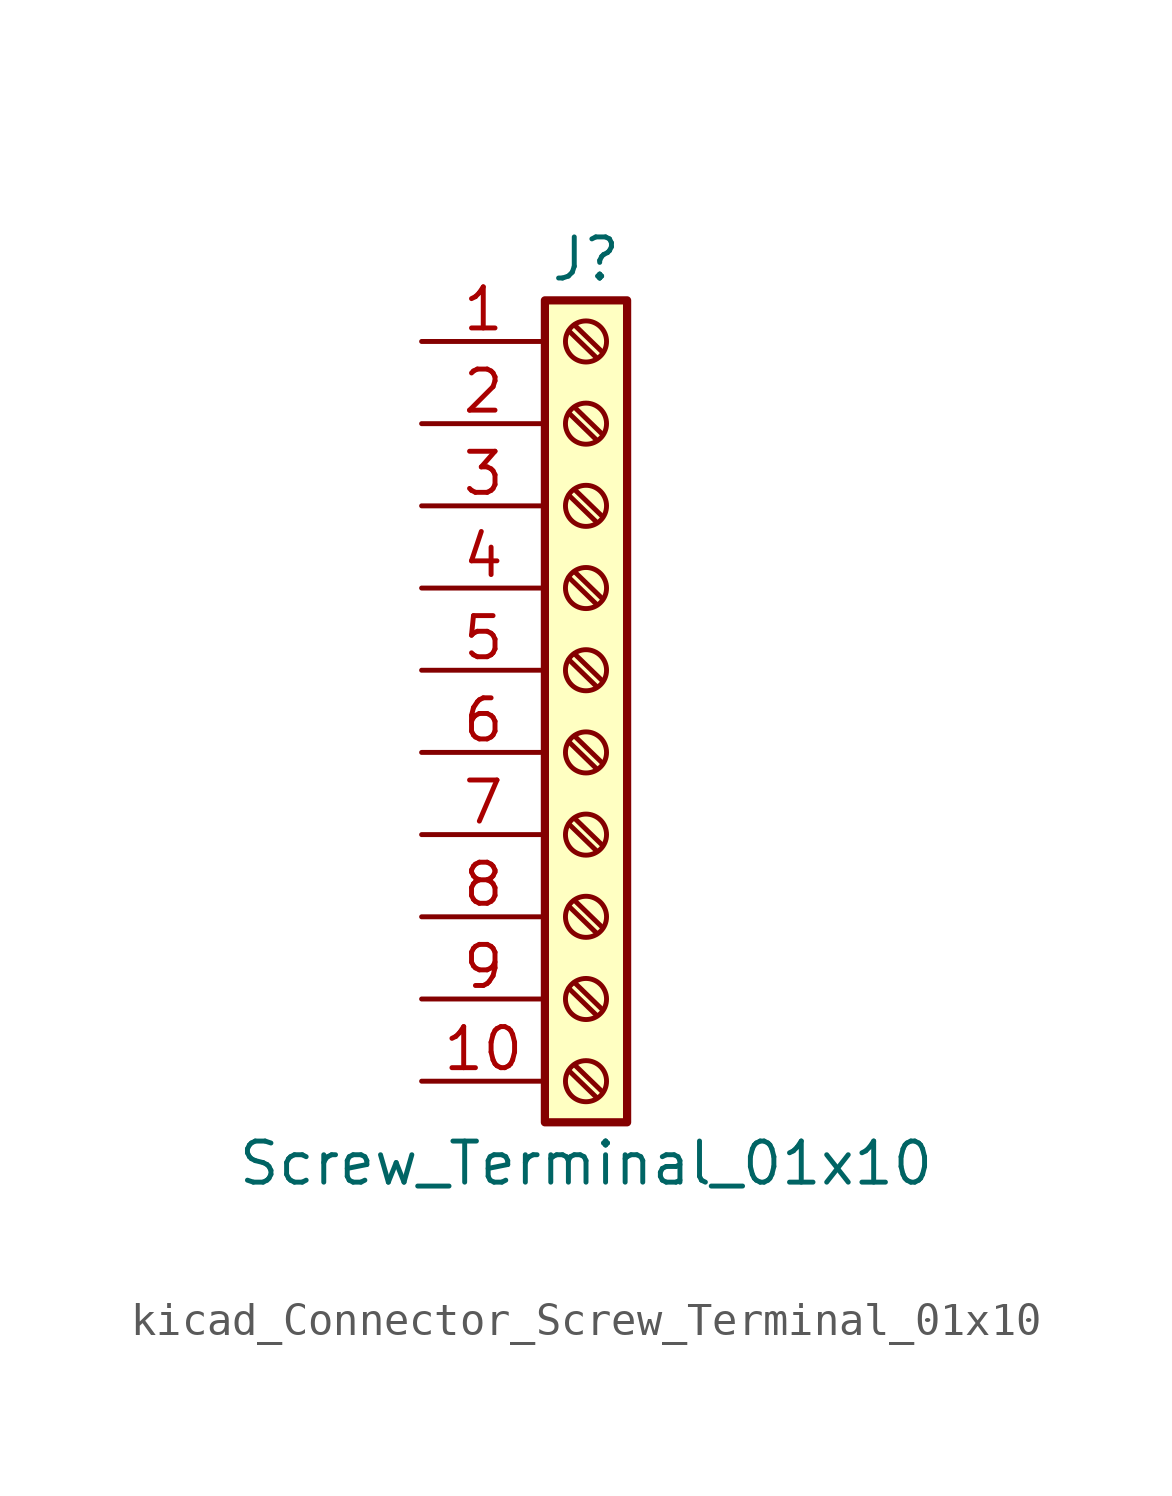
<source format=kicad_sym>
(kicad_symbol_lib
  (version 20220914)
  (generator kicad_symbol_editor)
  (symbol "kicad_Connector_Screw_Terminal_01x10"
    (pin_names
      (offset 1.016) hide)
    (property "Reference" "J"
      (at 0 12.7 0)
      (effects (font (size 1.27 1.27))))
    (property "Value" "Screw_Terminal_01x10"
      (at 0 -15.24 0)
      (effects (font (size 1.27 1.27))))
    (symbol "kicad_Connector_Screw_Terminal_01x10_1_1"
      (rectangle (start -1.27 11.43) (end 1.27 -13.97) (stroke (width 0.254) (type default)) (fill (type background)))
      (circle (center 0 -12.7) (radius 0.635) (stroke (width 0.152) (type default)) (fill (type none)))
      (circle (center 0 -10.16) (radius 0.635) (stroke (width 0.152) (type default)) (fill (type none)))
      (circle (center 0 -7.62) (radius 0.635) (stroke (width 0.152) (type default)) (fill (type none)))
      (circle (center 0 -5.08) (radius 0.635) (stroke (width 0.152) (type default)) (fill (type none)))
      (circle (center 0 -2.54) (radius 0.635) (stroke (width 0.152) (type default)) (fill (type none)))
      (polyline (pts (xy -0.533 -12.37) (xy 0.33 -13.208)) (stroke (width 0.152) (type default)) (fill (type none)))
      (polyline (pts (xy -0.533 -9.83) (xy 0.33 -10.668)) (stroke (width 0.152) (type default)) (fill (type none)))
      (polyline (pts (xy -0.533 -7.29) (xy 0.33 -8.128)) (stroke (width 0.152) (type default)) (fill (type none)))
      (polyline (pts (xy -0.533 -4.75) (xy 0.33 -5.588)) (stroke (width 0.152) (type default)) (fill (type none)))
      (polyline (pts (xy -0.533 -2.21) (xy 0.33 -3.048)) (stroke (width 0.152) (type default)) (fill (type none)))
      (polyline (pts (xy -0.533 0.33) (xy 0.33 -0.508)) (stroke (width 0.152) (type default)) (fill (type none)))
      (polyline (pts (xy -0.533 2.87) (xy 0.33 2.032)) (stroke (width 0.152) (type default)) (fill (type none)))
      (polyline (pts (xy -0.533 5.41) (xy 0.33 4.572)) (stroke (width 0.152) (type default)) (fill (type none)))
      (polyline (pts (xy -0.533 7.95) (xy 0.33 7.112)) (stroke (width 0.152) (type default)) (fill (type none)))
      (polyline (pts (xy -0.533 10.49) (xy 0.33 9.652)) (stroke (width 0.152) (type default)) (fill (type none)))
      (polyline (pts (xy -0.356 -12.192) (xy 0.508 -13.03)) (stroke (width 0.152) (type default)) (fill (type none)))
      (polyline (pts (xy -0.356 -9.652) (xy 0.508 -10.49)) (stroke (width 0.152) (type default)) (fill (type none)))
      (polyline (pts (xy -0.356 -7.112) (xy 0.508 -7.95)) (stroke (width 0.152) (type default)) (fill (type none)))
      (polyline (pts (xy -0.356 -4.572) (xy 0.508 -5.41)) (stroke (width 0.152) (type default)) (fill (type none)))
      (polyline (pts (xy -0.356 -2.032) (xy 0.508 -2.87)) (stroke (width 0.152) (type default)) (fill (type none)))
      (polyline (pts (xy -0.356 0.508) (xy 0.508 -0.33)) (stroke (width 0.152) (type default)) (fill (type none)))
      (polyline (pts (xy -0.356 3.048) (xy 0.508 2.21)) (stroke (width 0.152) (type default)) (fill (type none)))
      (polyline (pts (xy -0.356 5.588) (xy 0.508 4.75)) (stroke (width 0.152) (type default)) (fill (type none)))
      (polyline (pts (xy -0.356 8.128) (xy 0.508 7.29)) (stroke (width 0.152) (type default)) (fill (type none)))
      (polyline (pts (xy -0.356 10.668) (xy 0.508 9.83)) (stroke (width 0.152) (type default)) (fill (type none)))
      (circle (center 0 0) (radius 0.635) (stroke (width 0.152) (type default)) (fill (type none)))
      (circle (center 0 2.54) (radius 0.635) (stroke (width 0.152) (type default)) (fill (type none)))
      (circle (center 0 5.08) (radius 0.635) (stroke (width 0.152) (type default)) (fill (type none)))
      (circle (center 0 7.62) (radius 0.635) (stroke (width 0.152) (type default)) (fill (type none)))
      (circle (center 0 10.16) (radius 0.635) (stroke (width 0.152) (type default)) (fill (type none)))
      (pin passive line (at -5.08 10.16 0) (length 3.81) (name "Pin_1" (effects (font (size 1.27 1.27)))) (number "1" (effects (font (size 1.27 1.27)))))
      (pin passive line (at -5.08 -12.7 0) (length 3.81) (name "Pin_10" (effects (font (size 1.27 1.27)))) (number "10" (effects (font (size 1.27 1.27)))))
      (pin passive line (at -5.08 7.62 0) (length 3.81) (name "Pin_2" (effects (font (size 1.27 1.27)))) (number "2" (effects (font (size 1.27 1.27)))))
      (pin passive line (at -5.08 5.08 0) (length 3.81) (name "Pin_3" (effects (font (size 1.27 1.27)))) (number "3" (effects (font (size 1.27 1.27)))))
      (pin passive line (at -5.08 2.54 0) (length 3.81) (name "Pin_4" (effects (font (size 1.27 1.27)))) (number "4" (effects (font (size 1.27 1.27)))))
      (pin passive line (at -5.08 0 0) (length 3.81) (name "Pin_5" (effects (font (size 1.27 1.27)))) (number "5" (effects (font (size 1.27 1.27)))))
      (pin passive line (at -5.08 -2.54 0) (length 3.81) (name "Pin_6" (effects (font (size 1.27 1.27)))) (number "6" (effects (font (size 1.27 1.27)))))
      (pin passive line (at -5.08 -5.08 0) (length 3.81) (name "Pin_7" (effects (font (size 1.27 1.27)))) (number "7" (effects (font (size 1.27 1.27)))))
      (pin passive line (at -5.08 -7.62 0) (length 3.81) (name "Pin_8" (effects (font (size 1.27 1.27)))) (number "8" (effects (font (size 1.27 1.27)))))
      (pin passive line (at -5.08 -10.16 0) (length 3.81) (name "Pin_9" (effects (font (size 1.27 1.27)))) (number "9" (effects (font (size 1.27 1.27))))))))
</source>
